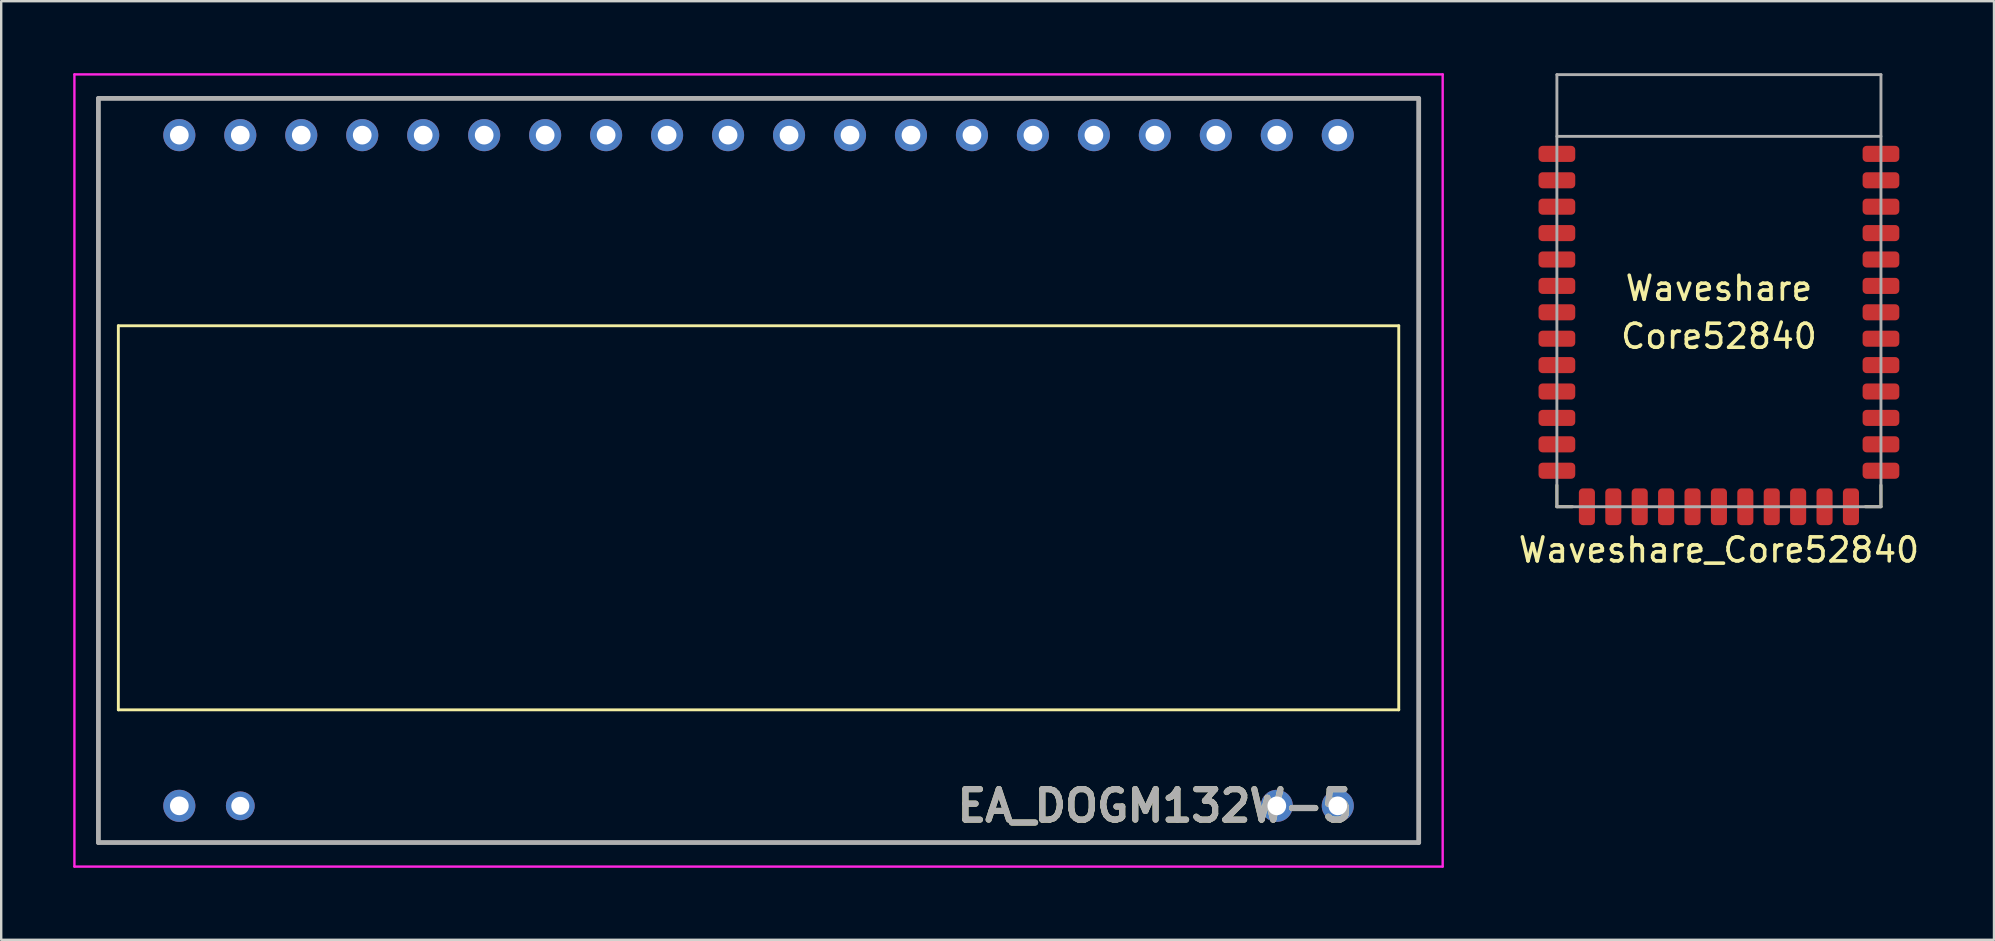
<source format=kicad_pcb>
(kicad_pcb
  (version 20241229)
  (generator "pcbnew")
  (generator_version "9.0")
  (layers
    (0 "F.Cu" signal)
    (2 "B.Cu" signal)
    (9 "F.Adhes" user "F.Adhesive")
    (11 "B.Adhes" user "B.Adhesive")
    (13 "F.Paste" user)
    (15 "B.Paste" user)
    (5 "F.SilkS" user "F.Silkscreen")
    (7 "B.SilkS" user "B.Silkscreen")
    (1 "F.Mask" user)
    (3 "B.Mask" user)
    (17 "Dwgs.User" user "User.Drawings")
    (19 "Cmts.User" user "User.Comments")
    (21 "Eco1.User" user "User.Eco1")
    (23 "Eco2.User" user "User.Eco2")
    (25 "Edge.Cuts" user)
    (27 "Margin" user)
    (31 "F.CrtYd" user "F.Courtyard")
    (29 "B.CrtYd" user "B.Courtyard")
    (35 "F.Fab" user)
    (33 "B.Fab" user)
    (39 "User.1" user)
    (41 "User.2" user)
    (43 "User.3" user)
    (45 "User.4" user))
  (footprint "EA_DOGM132W-5"
    (layer "F.Cu")
    (at 4.42 30.52)
    (property "Reference" "EA_DOGM132W-5" (at 40.64 0 0) (layer "F.SilkS") (effects (font (size 1.27 1.27) (thickness 0.254))))
    (attr through_hole)
    (fp_line (start -3.37 -29.47) (end 51.63 -29.47) (stroke (width 0.1) (type solid)) (layer "F.SilkS"))
    (fp_line (start -3.37 1.53) (end -3.37 -29.47) (stroke (width 0.1) (type solid)) (layer "F.SilkS"))
    (fp_line (start -2.54 -20) (end -2.54 -4) (stroke (width 0.12) (type solid)) (layer "F.SilkS"))
    (fp_line (start -2.54 -4) (end 50.8 -4) (stroke (width 0.12) (type solid)) (layer "F.SilkS"))
    (fp_line (start 50.8 -20) (end -2.54 -20) (stroke (width 0.12) (type solid)) (layer "F.SilkS"))
    (fp_line (start 50.8 -4) (end 50.8 -20) (stroke (width 0.12) (type solid)) (layer "F.SilkS"))
    (fp_line (start 51.63 -29.47) (end 51.63 1.53) (stroke (width 0.1) (type solid)) (layer "F.SilkS"))
    (fp_line (start 51.63 1.53) (end -3.37 1.53) (stroke (width 0.1) (type solid)) (layer "F.SilkS"))
    (fp_line (start -4.37 -30.47) (end 52.63 -30.47) (stroke (width 0.1) (type solid)) (layer "F.CrtYd"))
    (fp_line (start -4.37 2.53) (end -4.37 -30.47) (stroke (width 0.1) (type solid)) (layer "F.CrtYd"))
    (fp_line (start 52.63 -30.47) (end 52.63 2.53) (stroke (width 0.1) (type solid)) (layer "F.CrtYd"))
    (fp_line (start 52.63 2.53) (end -4.37 2.53) (stroke (width 0.1) (type solid)) (layer "F.CrtYd"))
    (fp_line (start -3.37 -29.47) (end 51.63 -29.47) (stroke (width 0.2) (type solid)) (layer "F.Fab"))
    (fp_line (start -3.37 1.53) (end -3.37 -29.47) (stroke (width 0.2) (type solid)) (layer "F.Fab"))
    (fp_line (start 51.63 -29.47) (end 51.63 1.53) (stroke (width 0.2) (type solid)) (layer "F.Fab"))
    (fp_line (start 51.63 1.53) (end -3.37 1.53) (stroke (width 0.2) (type solid)) (layer "F.Fab"))
    (fp_text user "${REFERENCE}" (at 40.64 0 0) (layer "F.Fab") (effects (font (size 1.27 1.27) (thickness 0.254))))
    (pad "1" thru_hole circle (at 0 0) (size 1.337 1.337) (drill 0.78) (layers "*.Cu" "*.Mask"))
    (pad "2" thru_hole circle (at 2.54 0) (size 1.2 1.2) (drill 0.75) (layers "*.Cu" "*.Mask"))
    (pad "19" thru_hole circle (at 45.72 0) (size 1.337 1.337) (drill 0.78) (layers "*.Cu" "*.Mask"))
    (pad "20" thru_hole circle (at 48.26 0) (size 1.337 1.337) (drill 0.78) (layers "*.Cu" "*.Mask"))
    (pad "21" thru_hole circle (at 48.26 -27.94) (size 1.337 1.337) (drill 0.78) (layers "*.Cu" "*.Mask"))
    (pad "22" thru_hole circle (at 45.72 -27.94) (size 1.337 1.337) (drill 0.78) (layers "*.Cu" "*.Mask"))
    (pad "23" thru_hole circle (at 43.18 -27.94) (size 1.337 1.337) (drill 0.78) (layers "*.Cu" "*.Mask"))
    (pad "24" thru_hole circle (at 40.64 -27.94) (size 1.337 1.337) (drill 0.78) (layers "*.Cu" "*.Mask"))
    (pad "25" thru_hole circle (at 38.1 -27.94) (size 1.337 1.337) (drill 0.78) (layers "*.Cu" "*.Mask"))
    (pad "26" thru_hole circle (at 35.56 -27.94) (size 1.337 1.337) (drill 0.78) (layers "*.Cu" "*.Mask"))
    (pad "27" thru_hole circle (at 33.02 -27.94) (size 1.337 1.337) (drill 0.78) (layers "*.Cu" "*.Mask"))
    (pad "28" thru_hole circle (at 30.48 -27.94) (size 1.337 1.337) (drill 0.78) (layers "*.Cu" "*.Mask"))
    (pad "29" thru_hole circle (at 27.94 -27.94) (size 1.337 1.337) (drill 0.78) (layers "*.Cu" "*.Mask"))
    (pad "30" thru_hole circle (at 25.4 -27.94) (size 1.337 1.337) (drill 0.78) (layers "*.Cu" "*.Mask"))
    (pad "31" thru_hole circle (at 22.86 -27.94) (size 1.337 1.337) (drill 0.78) (layers "*.Cu" "*.Mask"))
    (pad "32" thru_hole circle (at 20.32 -27.94) (size 1.337 1.337) (drill 0.78) (layers "*.Cu" "*.Mask"))
    (pad "33" thru_hole circle (at 17.78 -27.94) (size 1.337 1.337) (drill 0.78) (layers "*.Cu" "*.Mask"))
    (pad "34" thru_hole circle (at 15.24 -27.94) (size 1.337 1.337) (drill 0.78) (layers "*.Cu" "*.Mask"))
    (pad "35" thru_hole circle (at 12.7 -27.94) (size 1.337 1.337) (drill 0.78) (layers "*.Cu" "*.Mask"))
    (pad "36" thru_hole circle (at 10.16 -27.94) (size 1.337 1.337) (drill 0.78) (layers "*.Cu" "*.Mask"))
    (pad "37" thru_hole circle (at 7.62 -27.94) (size 1.337 1.337) (drill 0.78) (layers "*.Cu" "*.Mask"))
    (pad "38" thru_hole circle (at 5.08 -27.94) (size 1.337 1.337) (drill 0.78) (layers "*.Cu" "*.Mask"))
    (pad "39" thru_hole circle (at 2.54 -27.94) (size 1.337 1.337) (drill 0.78) (layers "*.Cu" "*.Mask"))
    (pad "40" thru_hole circle (at 0 -27.94) (size 1.337 1.337) (drill 0.78) (layers "*.Cu" "*.Mask")))
  (footprint "Waveshare_Core52840"
    (layer "F.Cu")
    (at 68.558 9.96)
    (property "Reference" "Waveshare_Core52840" (at 0 9.9 0) (layer "F.SilkS") (effects (font (size 1 1) (thickness 0.15))))
    (attr smd)
    (fp_line (start -6.75 8.1) (end -6.75 7.2) (stroke (width 0.12) (type solid)) (layer "F.SilkS"))
    (fp_line (start -6.75 8.1) (end -6.1 8.1) (stroke (width 0.12) (type solid)) (layer "F.SilkS"))
    (fp_line (start 6.1 8.1) (end 6.75 8.1) (stroke (width 0.12) (type solid)) (layer "F.SilkS"))
    (fp_line (start 6.75 8.1) (end 6.75 7.2) (stroke (width 0.12) (type solid)) (layer "F.SilkS"))
    (fp_line (start -6.75 -9.9) (end 6.75 -9.9) (stroke (width 0.12) (type solid)) (layer "F.Fab"))
    (fp_line (start -6.75 -7.33) (end 6.75 -7.33) (stroke (width 0.12) (type solid)) (layer "F.Fab"))
    (fp_line (start -6.75 8.1) (end -6.75 -9.9) (stroke (width 0.12) (type solid)) (layer "F.Fab"))
    (fp_line (start 6.75 -9.9) (end 6.75 8.1) (stroke (width 0.12) (type solid)) (layer "F.Fab"))
    (fp_line (start 6.75 8.1) (end -6.75 8.1) (stroke (width 0.12) (type solid)) (layer "F.Fab"))
    (fp_text user "Core52840" (at 0 1 0) (unlocked yes) (layer "F.SilkS") (effects (font (size 1 1) (thickness 0.15))))
    (fp_text user "Waveshare" (at 0 -1 0) (layer "F.SilkS") (effects (font (size 1 1) (thickness 0.15))))
    (pad "1" smd roundrect (at -6.75 -6.6) (size 1.53 0.67) (layers "F.Cu" "F.Mask" "F.Paste") (roundrect_rratio 0.25))
    (pad "2" smd roundrect (at -6.75 -5.5) (size 1.53 0.67) (layers "F.Cu" "F.Mask" "F.Paste") (roundrect_rratio 0.25))
    (pad "3" smd roundrect (at -6.75 -4.4) (size 1.53 0.67) (layers "F.Cu" "F.Mask" "F.Paste") (roundrect_rratio 0.25))
    (pad "4" smd roundrect (at -6.75 -3.3) (size 1.53 0.67) (layers "F.Cu" "F.Mask" "F.Paste") (roundrect_rratio 0.25))
    (pad "5" smd roundrect (at -6.75 -2.2) (size 1.53 0.67) (layers "F.Cu" "F.Mask" "F.Paste") (roundrect_rratio 0.25))
    (pad "6" smd roundrect (at -6.75 -1.1) (size 1.53 0.67) (layers "F.Cu" "F.Mask" "F.Paste") (roundrect_rratio 0.25))
    (pad "7" smd roundrect (at -6.75 0) (size 1.53 0.67) (layers "F.Cu" "F.Mask" "F.Paste") (roundrect_rratio 0.25))
    (pad "8" smd roundrect (at -6.75 1.1) (size 1.53 0.67) (layers "F.Cu" "F.Mask" "F.Paste") (roundrect_rratio 0.25))
    (pad "9" smd roundrect (at -6.75 2.2) (size 1.53 0.67) (layers "F.Cu" "F.Mask" "F.Paste") (roundrect_rratio 0.25))
    (pad "10" smd roundrect (at -6.75 3.3) (size 1.53 0.67) (layers "F.Cu" "F.Mask" "F.Paste") (roundrect_rratio 0.25))
    (pad "11" smd roundrect (at -6.75 4.4) (size 1.53 0.67) (layers "F.Cu" "F.Mask" "F.Paste") (roundrect_rratio 0.25))
    (pad "12" smd roundrect (at -6.75 5.5) (size 1.53 0.67) (layers "F.Cu" "F.Mask" "F.Paste") (roundrect_rratio 0.25))
    (pad "13" smd roundrect (at -6.75 6.6) (size 1.53 0.67) (layers "F.Cu" "F.Mask" "F.Paste") (roundrect_rratio 0.25))
    (pad "14" smd roundrect (at -5.5 8.1 90) (size 1.53 0.67) (layers "F.Cu" "F.Mask" "F.Paste") (roundrect_rratio 0.25))
    (pad "15" smd roundrect (at -4.4 8.1 90) (size 1.53 0.67) (layers "F.Cu" "F.Mask" "F.Paste") (roundrect_rratio 0.25))
    (pad "16" smd roundrect (at -3.3 8.1 90) (size 1.53 0.67) (layers "F.Cu" "F.Mask" "F.Paste") (roundrect_rratio 0.25))
    (pad "17" smd roundrect (at -2.2 8.1 90) (size 1.53 0.67) (layers "F.Cu" "F.Mask" "F.Paste") (roundrect_rratio 0.25))
    (pad "18" smd roundrect (at -1.1 8.1 90) (size 1.53 0.67) (layers "F.Cu" "F.Mask" "F.Paste") (roundrect_rratio 0.25))
    (pad "19" smd roundrect (at 0 8.1 90) (size 1.53 0.67) (layers "F.Cu" "F.Mask" "F.Paste") (roundrect_rratio 0.25))
    (pad "20" smd roundrect (at 1.1 8.1 90) (size 1.53 0.67) (layers "F.Cu" "F.Mask" "F.Paste") (roundrect_rratio 0.25))
    (pad "21" smd roundrect (at 2.2 8.1 90) (size 1.53 0.67) (layers "F.Cu" "F.Mask" "F.Paste") (roundrect_rratio 0.25))
    (pad "22" smd roundrect (at 3.3 8.1 90) (size 1.53 0.67) (layers "F.Cu" "F.Mask" "F.Paste") (roundrect_rratio 0.25))
    (pad "23" smd roundrect (at 4.4 8.1 90) (size 1.53 0.67) (layers "F.Cu" "F.Mask" "F.Paste") (roundrect_rratio 0.25))
    (pad "24" smd roundrect (at 5.5 8.1 90) (size 1.53 0.67) (layers "F.Cu" "F.Mask" "F.Paste") (roundrect_rratio 0.25))
    (pad "25" smd roundrect (at 6.75 6.6) (size 1.53 0.67) (layers "F.Cu" "F.Mask" "F.Paste") (roundrect_rratio 0.25))
    (pad "26" smd roundrect (at 6.75 5.5) (size 1.53 0.67) (layers "F.Cu" "F.Mask" "F.Paste") (roundrect_rratio 0.25))
    (pad "27" smd roundrect (at 6.75 4.4) (size 1.53 0.67) (layers "F.Cu" "F.Mask" "F.Paste") (roundrect_rratio 0.25))
    (pad "28" smd roundrect (at 6.75 3.3) (size 1.53 0.67) (layers "F.Cu" "F.Mask" "F.Paste") (roundrect_rratio 0.25))
    (pad "29" smd roundrect (at 6.75 2.2) (size 1.53 0.67) (layers "F.Cu" "F.Mask" "F.Paste") (roundrect_rratio 0.25))
    (pad "30" smd roundrect (at 6.75 1.1) (size 1.53 0.67) (layers "F.Cu" "F.Mask" "F.Paste") (roundrect_rratio 0.25))
    (pad "31" smd roundrect (at 6.75 0) (size 1.53 0.67) (layers "F.Cu" "F.Mask" "F.Paste") (roundrect_rratio 0.25))
    (pad "32" smd roundrect (at 6.75 -1.1) (size 1.53 0.67) (layers "F.Cu" "F.Mask" "F.Paste") (roundrect_rratio 0.25))
    (pad "33" smd roundrect (at 6.75 -2.2) (size 1.53 0.67) (layers "F.Cu" "F.Mask" "F.Paste") (roundrect_rratio 0.25))
    (pad "34" smd roundrect (at 6.75 -3.3) (size 1.53 0.67) (layers "F.Cu" "F.Mask" "F.Paste") (roundrect_rratio 0.25))
    (pad "35" smd roundrect (at 6.75 -4.4) (size 1.53 0.67) (layers "F.Cu" "F.Mask" "F.Paste") (roundrect_rratio 0.25))
    (pad "36" smd roundrect (at 6.75 -5.5) (size 1.53 0.67) (layers "F.Cu" "F.Mask" "F.Paste") (roundrect_rratio 0.25))
    (pad "37" smd roundrect (at 6.75 -6.6) (size 1.53 0.67) (layers "F.Cu" "F.Mask" "F.Paste") (roundrect_rratio 0.25)))
  (gr_rect
    (start -3 -3)
    (end 80.017 36.1)
    (stroke (width 0.1) (type default))
    (fill no)
    (layer "Edge.Cuts")))
</source>
